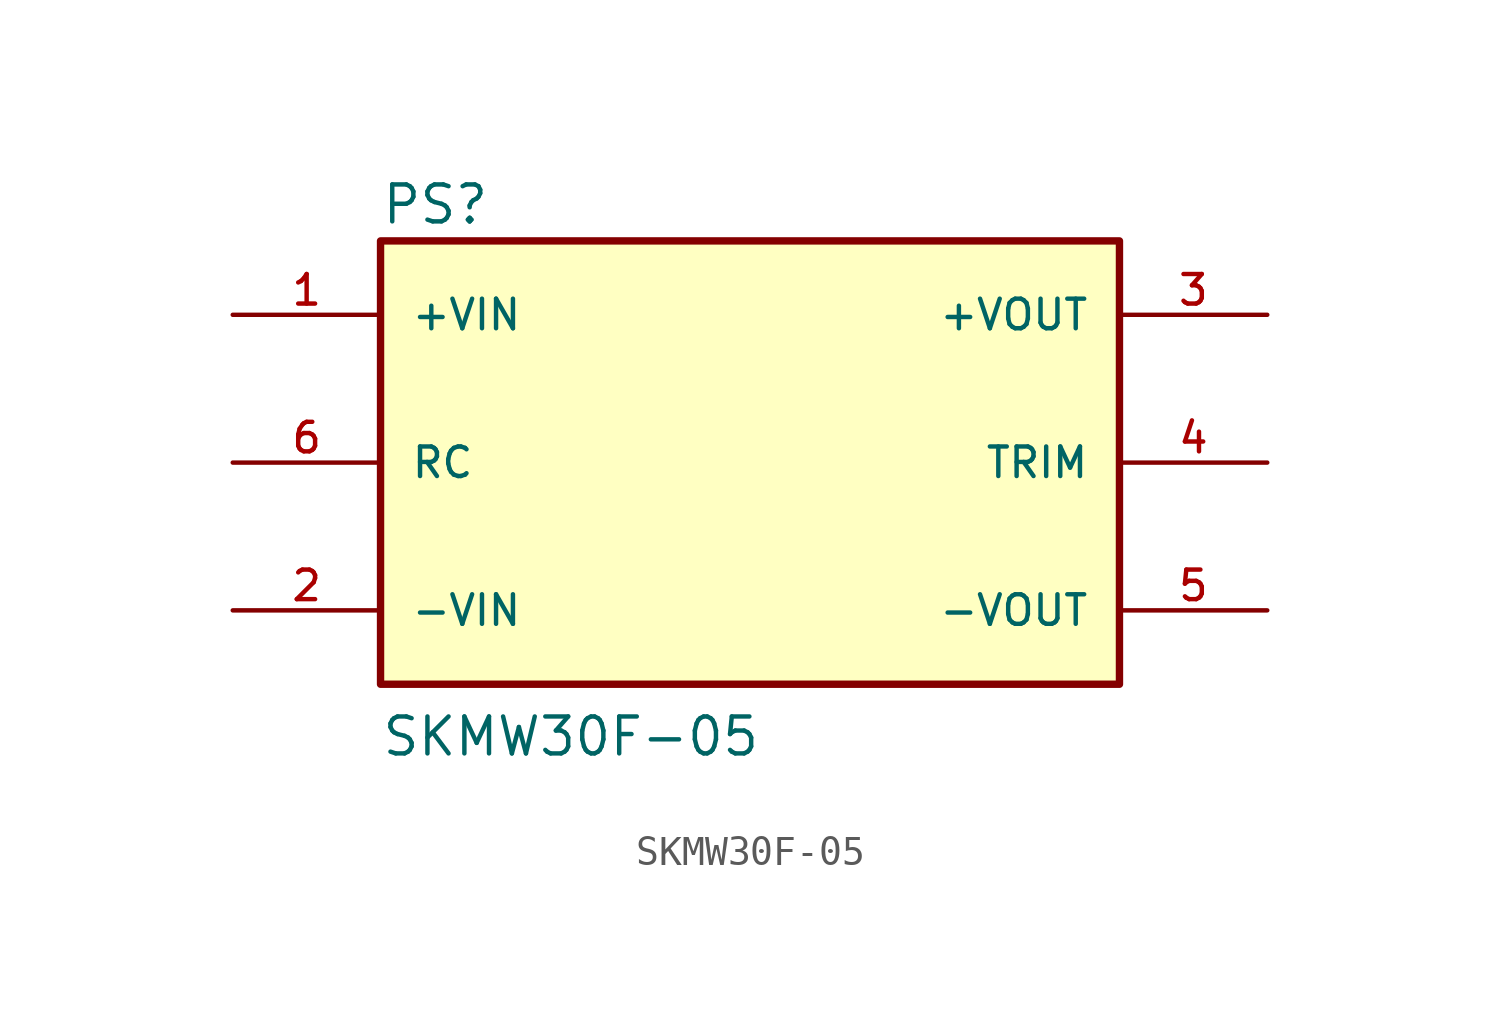
<source format=kicad_sym>
(kicad_symbol_lib
  (version 20211014)
  (generator kicad_symbol_editor)
  (symbol "SKMW30F-05"
    (pin_names
      (offset 1.016))
    (property "Reference" "PS"
      (at -12.7 8.128 0)
      (effects (font (size 1.27 1.27)) (justify bottom left)))
    (property "Value" "SKMW30F-05"
      (at -12.7 -10.16 0)
      (effects (font (size 1.27 1.27)) (justify bottom left)))
    (symbol "SKMW30F-05_0_0"
      (rectangle (start -12.7 -7.62) (end 12.7 7.62) (stroke (width 0.254)) (fill (type background)))
      (pin input line (at -17.78 5.08 0) (length 5.08) (name "+VIN" (effects (font (size 1.016 1.016)))) (number "1" (effects (font (size 1.016 1.016)))))
      (pin input line (at -17.78 -5.08 0) (length 5.08) (name "-VIN" (effects (font (size 1.016 1.016)))) (number "2" (effects (font (size 1.016 1.016)))))
      (pin output line (at 17.78 5.08 180.0) (length 5.08) (name "+VOUT" (effects (font (size 1.016 1.016)))) (number "3" (effects (font (size 1.016 1.016)))))
      (pin output line (at 17.78 -5.08 180.0) (length 5.08) (name "-VOUT" (effects (font (size 1.016 1.016)))) (number "5" (effects (font (size 1.016 1.016)))))
      (pin passive line (at 17.78 0.0 180.0) (length 5.08) (name "TRIM" (effects (font (size 1.016 1.016)))) (number "4" (effects (font (size 1.016 1.016)))))
      (pin passive line (at -17.78 0.0 0) (length 5.08) (name "RC" (effects (font (size 1.016 1.016)))) (number "6" (effects (font (size 1.016 1.016))))))))
</source>
